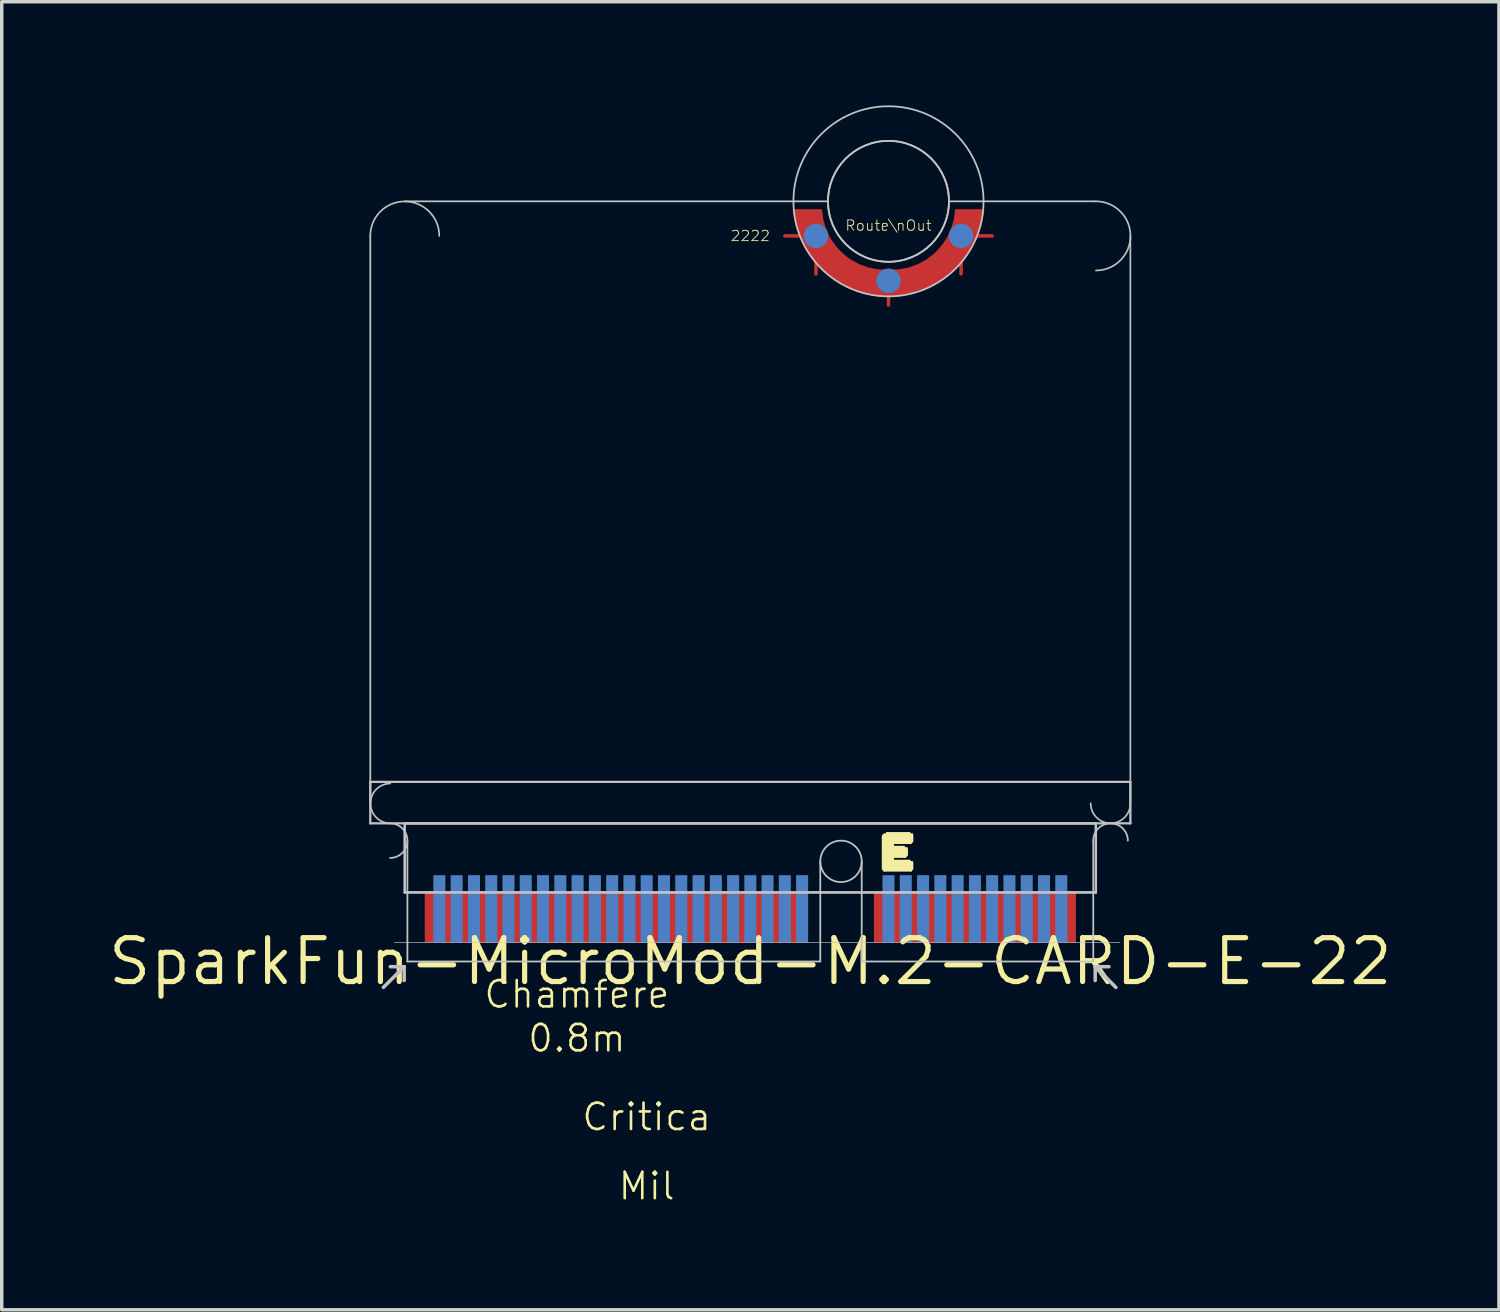
<source format=kicad_pcb>
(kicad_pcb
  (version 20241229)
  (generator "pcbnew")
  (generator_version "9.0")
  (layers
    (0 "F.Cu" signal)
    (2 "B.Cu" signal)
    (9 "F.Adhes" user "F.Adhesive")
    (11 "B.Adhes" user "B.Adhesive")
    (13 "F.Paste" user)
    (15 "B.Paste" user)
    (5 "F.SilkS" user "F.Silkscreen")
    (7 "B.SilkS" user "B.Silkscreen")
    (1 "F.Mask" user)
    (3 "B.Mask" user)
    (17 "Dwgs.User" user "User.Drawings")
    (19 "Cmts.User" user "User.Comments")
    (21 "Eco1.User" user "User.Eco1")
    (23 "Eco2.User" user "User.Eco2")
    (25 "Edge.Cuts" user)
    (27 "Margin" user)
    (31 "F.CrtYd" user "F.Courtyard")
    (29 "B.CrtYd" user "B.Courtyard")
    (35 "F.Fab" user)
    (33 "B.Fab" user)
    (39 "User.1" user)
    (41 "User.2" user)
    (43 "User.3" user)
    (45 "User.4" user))
  (footprint "SparkFun-MicroMod-M.2-CARD-E-22"
    (layer "F.Cu")
    (at 18.664 24.775)
    (property "Reference" "SparkFun-MicroMod-M.2-CARD-E-22" (at 0 0 0) (layer "F.SilkS") (effects (font (size 1.27 1.27) (thickness 0.15))))
    (attr smd)
    (fp_line (start 1.9 -20.998) (end 0.998 -20.998) (stroke (width 0.102) (type solid)) (layer "F.Cu"))
    (fp_line (start 1.9 -20.998) (end 1.9 -19.898) (stroke (width 0.102) (type solid)) (layer "F.Cu"))
    (fp_line (start 3.998 -19.698) (end 3.998 -18.999) (stroke (width 0.102) (type solid)) (layer "F.Cu"))
    (fp_line (start 6.099 -20.998) (end 6.099 -19.898) (stroke (width 0.102) (type solid)) (layer "F.Cu"))
    (fp_line (start 6.099 -20.998) (end 6.998 -20.998) (stroke (width 0.102) (type solid)) (layer "F.Cu"))
    (fp_poly (pts (xy 1.25 -21.747) (xy 2.05 -21.747) (xy 2.088 -21.46) (xy 2.169 -21.181) (xy 2.296 -20.919) (xy 2.461 -20.681) (xy 2.662 -20.47) (xy 2.893 -20.292) (xy 3.147 -20.155) (xy 3.421 -20.058) (xy 3.708 -20.005) (xy 3.998 -20) (xy 4.29 -20.005) (xy 4.575 -20.058) (xy 4.849 -20.155) (xy 5.105 -20.292) (xy 5.337 -20.47) (xy 5.537 -20.681) (xy 5.702 -20.919) (xy 5.827 -21.181) (xy 5.911 -21.46) (xy 5.949 -21.747) (xy 6.749 -21.747) (xy 6.678 -21.349) (xy 6.548 -20.963) (xy 6.363 -20.602) (xy 6.129 -20.269) (xy 5.85 -19.975) (xy 5.53 -19.726) (xy 5.177 -19.522) (xy 4.798 -19.375) (xy 4.404 -19.281) (xy 3.998 -19.248) (xy 3.594 -19.279) (xy 3.195 -19.37) (xy 2.817 -19.517) (xy 2.464 -19.718) (xy 2.141 -19.97) (xy 1.862 -20.264) (xy 1.628 -20.597) (xy 1.445 -20.96) (xy 1.318 -21.349) (xy 1.25 -21.747)) (stroke (width 0.048) (type solid)) (fill yes) (layer "F.Cu"))
    (fp_poly (pts (xy 1.25 -21.999) (xy 2.248 -21.999) (xy 2.271 -21.725) (xy 2.334 -21.458) (xy 2.438 -21.204) (xy 2.583 -20.97) (xy 2.761 -20.762) (xy 2.969 -20.584) (xy 3.205 -20.439) (xy 3.457 -20.335) (xy 3.726 -20.269) (xy 3.998 -20.249) (xy 4.272 -20.269) (xy 4.539 -20.335) (xy 4.793 -20.439) (xy 5.027 -20.584) (xy 5.235 -20.762) (xy 5.415 -20.97) (xy 5.558 -21.204) (xy 5.664 -21.458) (xy 5.728 -21.725) (xy 5.748 -21.999) (xy 6.749 -21.999) (xy 6.721 -21.608) (xy 6.637 -21.224) (xy 6.5 -20.856) (xy 6.312 -20.513) (xy 6.078 -20.198) (xy 5.799 -19.921) (xy 5.486 -19.685) (xy 5.141 -19.497) (xy 4.773 -19.36) (xy 4.389 -19.276) (xy 3.998 -19.248) (xy 3.607 -19.276) (xy 3.223 -19.36) (xy 2.857 -19.497) (xy 2.512 -19.685) (xy 2.197 -19.921) (xy 1.92 -20.198) (xy 1.684 -20.513) (xy 1.496 -20.856) (xy 1.359 -21.224) (xy 1.278 -21.608) (xy 1.25 -21.999)) (stroke (width 0.048) (type solid)) (fill yes) (layer "F.Mask"))
    (fp_poly (pts (xy 6.749 -21.999) (xy 5.748 -21.999) (xy 5.728 -21.725) (xy 5.664 -21.458) (xy 5.558 -21.204) (xy 5.415 -20.97) (xy 5.235 -20.762) (xy 5.027 -20.584) (xy 4.793 -20.439) (xy 4.539 -20.335) (xy 4.272 -20.269) (xy 3.998 -20.249) (xy 3.726 -20.269) (xy 3.457 -20.335) (xy 3.205 -20.439) (xy 2.969 -20.584) (xy 2.761 -20.762) (xy 2.583 -20.97) (xy 2.438 -21.204) (xy 2.334 -21.458) (xy 2.271 -21.725) (xy 2.248 -21.999) (xy 1.25 -21.999) (xy 1.278 -21.608) (xy 1.359 -21.224) (xy 1.496 -20.856) (xy 1.684 -20.513) (xy 1.92 -20.198) (xy 2.197 -19.921) (xy 2.512 -19.685) (xy 2.857 -19.497) (xy 3.223 -19.36) (xy 3.607 -19.276) (xy 3.998 -19.248) (xy 4.389 -19.276) (xy 4.773 -19.36) (xy 5.141 -19.497) (xy 5.486 -19.685) (xy 5.799 -19.921) (xy 6.078 -20.198) (xy 6.312 -20.513) (xy 6.5 -20.856) (xy 6.637 -21.224) (xy 6.721 -21.608) (xy 6.749 -21.999)) (stroke (width 0.048) (type solid)) (fill yes) (layer "B.Mask"))
    (fp_line (start 3.84 -3.635) (end 4.679 -3.635) (stroke (width 0.066) (type solid)) (layer "F.SilkS"))
    (fp_line (start 3.84 -3.594) (end 3.84 -3.635) (stroke (width 0.066) (type solid)) (layer "F.SilkS"))
    (fp_line (start 3.84 -3.594) (end 4.679 -3.594) (stroke (width 0.066) (type solid)) (layer "F.SilkS"))
    (fp_line (start 3.84 -3.594) (end 4.679 -3.594) (stroke (width 0.066) (type solid)) (layer "F.SilkS"))
    (fp_line (start 3.84 -3.553) (end 3.84 -3.594) (stroke (width 0.066) (type solid)) (layer "F.SilkS"))
    (fp_line (start 3.84 -3.553) (end 4.679 -3.553) (stroke (width 0.066) (type solid)) (layer "F.SilkS"))
    (fp_line (start 3.84 -3.553) (end 4.679 -3.553) (stroke (width 0.066) (type solid)) (layer "F.SilkS"))
    (fp_line (start 3.84 -3.513) (end 3.84 -3.553) (stroke (width 0.066) (type solid)) (layer "F.SilkS"))
    (fp_line (start 3.84 -3.513) (end 4.679 -3.513) (stroke (width 0.066) (type solid)) (layer "F.SilkS"))
    (fp_line (start 3.84 -3.513) (end 4.679 -3.513) (stroke (width 0.066) (type solid)) (layer "F.SilkS"))
    (fp_line (start 3.84 -3.475) (end 3.84 -3.513) (stroke (width 0.066) (type solid)) (layer "F.SilkS"))
    (fp_line (start 3.84 -3.475) (end 4.641 -3.475) (stroke (width 0.066) (type solid)) (layer "F.SilkS"))
    (fp_line (start 3.84 -3.475) (end 4.679 -3.475) (stroke (width 0.066) (type solid)) (layer "F.SilkS"))
    (fp_line (start 3.84 -3.434) (end 3.84 -3.475) (stroke (width 0.066) (type solid)) (layer "F.SilkS"))
    (fp_line (start 3.84 -3.434) (end 4.12 -3.434) (stroke (width 0.066) (type solid)) (layer "F.SilkS"))
    (fp_line (start 3.84 -3.434) (end 4.641 -3.434) (stroke (width 0.066) (type solid)) (layer "F.SilkS"))
    (fp_line (start 3.84 -3.393) (end 3.84 -3.434) (stroke (width 0.066) (type solid)) (layer "F.SilkS"))
    (fp_line (start 3.84 -3.393) (end 4.12 -3.393) (stroke (width 0.066) (type solid)) (layer "F.SilkS"))
    (fp_line (start 3.84 -3.393) (end 4.12 -3.393) (stroke (width 0.066) (type solid)) (layer "F.SilkS"))
    (fp_line (start 3.84 -3.353) (end 3.84 -3.393) (stroke (width 0.066) (type solid)) (layer "F.SilkS"))
    (fp_line (start 3.84 -3.353) (end 4.12 -3.353) (stroke (width 0.066) (type solid)) (layer "F.SilkS"))
    (fp_line (start 3.84 -3.353) (end 4.12 -3.353) (stroke (width 0.066) (type solid)) (layer "F.SilkS"))
    (fp_line (start 3.84 -3.315) (end 3.84 -3.353) (stroke (width 0.066) (type solid)) (layer "F.SilkS"))
    (fp_line (start 3.84 -3.315) (end 4.12 -3.315) (stroke (width 0.066) (type solid)) (layer "F.SilkS"))
    (fp_line (start 3.84 -3.315) (end 4.44 -3.315) (stroke (width 0.066) (type solid)) (layer "F.SilkS"))
    (fp_line (start 3.84 -3.274) (end 3.84 -3.315) (stroke (width 0.066) (type solid)) (layer "F.SilkS"))
    (fp_line (start 3.84 -3.274) (end 4.44 -3.274) (stroke (width 0.066) (type solid)) (layer "F.SilkS"))
    (fp_line (start 3.84 -3.274) (end 4.519 -3.274) (stroke (width 0.066) (type solid)) (layer "F.SilkS"))
    (fp_line (start 3.84 -3.233) (end 3.84 -3.274) (stroke (width 0.066) (type solid)) (layer "F.SilkS"))
    (fp_line (start 3.84 -3.233) (end 4.519 -3.233) (stroke (width 0.066) (type solid)) (layer "F.SilkS"))
    (fp_line (start 3.84 -3.233) (end 4.519 -3.233) (stroke (width 0.066) (type solid)) (layer "F.SilkS"))
    (fp_line (start 3.84 -3.193) (end 3.84 -3.233) (stroke (width 0.066) (type solid)) (layer "F.SilkS"))
    (fp_line (start 3.84 -3.193) (end 4.519 -3.193) (stroke (width 0.066) (type solid)) (layer "F.SilkS"))
    (fp_line (start 3.84 -3.193) (end 4.519 -3.193) (stroke (width 0.066) (type solid)) (layer "F.SilkS"))
    (fp_line (start 3.84 -3.155) (end 3.84 -3.193) (stroke (width 0.066) (type solid)) (layer "F.SilkS"))
    (fp_line (start 3.84 -3.155) (end 4.519 -3.155) (stroke (width 0.066) (type solid)) (layer "F.SilkS"))
    (fp_line (start 3.84 -3.155) (end 4.519 -3.155) (stroke (width 0.066) (type solid)) (layer "F.SilkS"))
    (fp_line (start 3.84 -3.114) (end 3.84 -3.155) (stroke (width 0.066) (type solid)) (layer "F.SilkS"))
    (fp_line (start 3.84 -3.114) (end 4.519 -3.114) (stroke (width 0.066) (type solid)) (layer "F.SilkS"))
    (fp_line (start 3.84 -3.114) (end 4.519 -3.114) (stroke (width 0.066) (type solid)) (layer "F.SilkS"))
    (fp_line (start 3.84 -3.073) (end 3.84 -3.114) (stroke (width 0.066) (type solid)) (layer "F.SilkS"))
    (fp_line (start 3.84 -3.073) (end 4.481 -3.073) (stroke (width 0.066) (type solid)) (layer "F.SilkS"))
    (fp_line (start 3.84 -3.073) (end 4.519 -3.073) (stroke (width 0.066) (type solid)) (layer "F.SilkS"))
    (fp_line (start 3.84 -3.033) (end 3.84 -3.073) (stroke (width 0.066) (type solid)) (layer "F.SilkS"))
    (fp_line (start 3.84 -3.033) (end 4.12 -3.033) (stroke (width 0.066) (type solid)) (layer "F.SilkS"))
    (fp_line (start 3.84 -3.033) (end 4.481 -3.033) (stroke (width 0.066) (type solid)) (layer "F.SilkS"))
    (fp_line (start 3.84 -2.995) (end 3.84 -3.033) (stroke (width 0.066) (type solid)) (layer "F.SilkS"))
    (fp_line (start 3.84 -2.995) (end 4.12 -2.995) (stroke (width 0.066) (type solid)) (layer "F.SilkS"))
    (fp_line (start 3.84 -2.995) (end 4.12 -2.995) (stroke (width 0.066) (type solid)) (layer "F.SilkS"))
    (fp_line (start 3.84 -2.954) (end 3.84 -2.995) (stroke (width 0.066) (type solid)) (layer "F.SilkS"))
    (fp_line (start 3.84 -2.954) (end 4.12 -2.954) (stroke (width 0.066) (type solid)) (layer "F.SilkS"))
    (fp_line (start 3.84 -2.954) (end 4.12 -2.954) (stroke (width 0.066) (type solid)) (layer "F.SilkS"))
    (fp_line (start 3.84 -2.913) (end 3.84 -2.954) (stroke (width 0.066) (type solid)) (layer "F.SilkS"))
    (fp_line (start 3.84 -2.913) (end 4.12 -2.913) (stroke (width 0.066) (type solid)) (layer "F.SilkS"))
    (fp_line (start 3.84 -2.913) (end 4.6 -2.913) (stroke (width 0.066) (type solid)) (layer "F.SilkS"))
    (fp_line (start 3.84 -2.873) (end 3.84 -2.913) (stroke (width 0.066) (type solid)) (layer "F.SilkS"))
    (fp_line (start 3.84 -2.873) (end 4.6 -2.873) (stroke (width 0.066) (type solid)) (layer "F.SilkS"))
    (fp_line (start 3.84 -2.873) (end 4.679 -2.873) (stroke (width 0.066) (type solid)) (layer "F.SilkS"))
    (fp_line (start 3.84 -2.835) (end 3.84 -2.873) (stroke (width 0.066) (type solid)) (layer "F.SilkS"))
    (fp_line (start 3.84 -2.835) (end 4.679 -2.835) (stroke (width 0.066) (type solid)) (layer "F.SilkS"))
    (fp_line (start 3.84 -2.835) (end 4.679 -2.835) (stroke (width 0.066) (type solid)) (layer "F.SilkS"))
    (fp_line (start 3.84 -2.794) (end 3.84 -2.835) (stroke (width 0.066) (type solid)) (layer "F.SilkS"))
    (fp_line (start 3.84 -2.794) (end 4.679 -2.794) (stroke (width 0.066) (type solid)) (layer "F.SilkS"))
    (fp_line (start 3.84 -2.794) (end 4.679 -2.794) (stroke (width 0.066) (type solid)) (layer "F.SilkS"))
    (fp_line (start 3.84 -2.753) (end 3.84 -2.794) (stroke (width 0.066) (type solid)) (layer "F.SilkS"))
    (fp_line (start 3.84 -2.753) (end 4.679 -2.753) (stroke (width 0.066) (type solid)) (layer "F.SilkS"))
    (fp_line (start 3.84 -2.753) (end 4.679 -2.753) (stroke (width 0.066) (type solid)) (layer "F.SilkS"))
    (fp_line (start 3.84 -2.713) (end 3.84 -2.753) (stroke (width 0.066) (type solid)) (layer "F.SilkS"))
    (fp_line (start 3.84 -2.713) (end 4.679 -2.713) (stroke (width 0.066) (type solid)) (layer "F.SilkS"))
    (fp_line (start 3.84 -2.713) (end 4.679 -2.713) (stroke (width 0.066) (type solid)) (layer "F.SilkS"))
    (fp_line (start 3.84 -2.675) (end 3.84 -2.713) (stroke (width 0.066) (type solid)) (layer "F.SilkS"))
    (fp_line (start 3.84 -2.675) (end 4.679 -2.675) (stroke (width 0.066) (type solid)) (layer "F.SilkS"))
    (fp_line (start 3.879 -3.673) (end 4.679 -3.673) (stroke (width 0.066) (type solid)) (layer "F.SilkS"))
    (fp_line (start 3.879 -3.635) (end 3.879 -3.673) (stroke (width 0.066) (type solid)) (layer "F.SilkS"))
    (fp_line (start 3.879 -3.635) (end 4.679 -3.635) (stroke (width 0.066) (type solid)) (layer "F.SilkS"))
    (fp_line (start 3.879 -2.675) (end 4.641 -2.675) (stroke (width 0.066) (type solid)) (layer "F.SilkS"))
    (fp_line (start 3.879 -2.634) (end 3.879 -2.675) (stroke (width 0.066) (type solid)) (layer "F.SilkS"))
    (fp_line (start 3.879 -2.634) (end 4.641 -2.634) (stroke (width 0.066) (type solid)) (layer "F.SilkS"))
    (fp_line (start 3.96 -3.713) (end 4.6 -3.713) (stroke (width 0.066) (type solid)) (layer "F.SilkS"))
    (fp_line (start 3.96 -3.673) (end 3.96 -3.713) (stroke (width 0.066) (type solid)) (layer "F.SilkS"))
    (fp_line (start 3.96 -3.673) (end 4.6 -3.673) (stroke (width 0.066) (type solid)) (layer "F.SilkS"))
    (fp_line (start 4.12 -3.393) (end 4.12 -3.434) (stroke (width 0.066) (type solid)) (layer "F.SilkS"))
    (fp_line (start 4.12 -3.353) (end 4.12 -3.393) (stroke (width 0.066) (type solid)) (layer "F.SilkS"))
    (fp_line (start 4.12 -3.315) (end 4.12 -3.353) (stroke (width 0.066) (type solid)) (layer "F.SilkS"))
    (fp_line (start 4.12 -2.995) (end 4.12 -3.033) (stroke (width 0.066) (type solid)) (layer "F.SilkS"))
    (fp_line (start 4.12 -2.954) (end 4.12 -2.995) (stroke (width 0.066) (type solid)) (layer "F.SilkS"))
    (fp_line (start 4.12 -2.913) (end 4.12 -2.954) (stroke (width 0.066) (type solid)) (layer "F.SilkS"))
    (fp_line (start 4.44 -3.274) (end 4.44 -3.315) (stroke (width 0.066) (type solid)) (layer "F.SilkS"))
    (fp_line (start 4.481 -3.033) (end 4.481 -3.073) (stroke (width 0.066) (type solid)) (layer "F.SilkS"))
    (fp_line (start 4.519 -3.233) (end 4.519 -3.274) (stroke (width 0.066) (type solid)) (layer "F.SilkS"))
    (fp_line (start 4.519 -3.193) (end 4.519 -3.233) (stroke (width 0.066) (type solid)) (layer "F.SilkS"))
    (fp_line (start 4.519 -3.155) (end 4.519 -3.193) (stroke (width 0.066) (type solid)) (layer "F.SilkS"))
    (fp_line (start 4.519 -3.114) (end 4.519 -3.155) (stroke (width 0.066) (type solid)) (layer "F.SilkS"))
    (fp_line (start 4.519 -3.073) (end 4.519 -3.114) (stroke (width 0.066) (type solid)) (layer "F.SilkS"))
    (fp_line (start 4.6 -3.673) (end 4.6 -3.713) (stroke (width 0.066) (type solid)) (layer "F.SilkS"))
    (fp_line (start 4.6 -2.873) (end 4.6 -2.913) (stroke (width 0.066) (type solid)) (layer "F.SilkS"))
    (fp_line (start 4.641 -3.434) (end 4.641 -3.475) (stroke (width 0.066) (type solid)) (layer "F.SilkS"))
    (fp_line (start 4.641 -2.634) (end 4.641 -2.675) (stroke (width 0.066) (type solid)) (layer "F.SilkS"))
    (fp_line (start 4.679 -3.635) (end 4.679 -3.673) (stroke (width 0.066) (type solid)) (layer "F.SilkS"))
    (fp_line (start 4.679 -3.594) (end 4.679 -3.635) (stroke (width 0.066) (type solid)) (layer "F.SilkS"))
    (fp_line (start 4.679 -3.553) (end 4.679 -3.594) (stroke (width 0.066) (type solid)) (layer "F.SilkS"))
    (fp_line (start 4.679 -3.513) (end 4.679 -3.553) (stroke (width 0.066) (type solid)) (layer "F.SilkS"))
    (fp_line (start 4.679 -3.475) (end 4.679 -3.513) (stroke (width 0.066) (type solid)) (layer "F.SilkS"))
    (fp_line (start 4.679 -2.835) (end 4.679 -2.873) (stroke (width 0.066) (type solid)) (layer "F.SilkS"))
    (fp_line (start 4.679 -2.794) (end 4.679 -2.835) (stroke (width 0.066) (type solid)) (layer "F.SilkS"))
    (fp_line (start 4.679 -2.753) (end 4.679 -2.794) (stroke (width 0.066) (type solid)) (layer "F.SilkS"))
    (fp_line (start 4.679 -2.713) (end 4.679 -2.753) (stroke (width 0.066) (type solid)) (layer "F.SilkS"))
    (fp_line (start 4.679 -2.675) (end 4.679 -2.713) (stroke (width 0.066) (type solid)) (layer "F.SilkS"))
    (fp_line (start 1.9 -20.998) (end 0.998 -20.998) (stroke (width 0.102) (type solid)) (layer "B.Adhes"))
    (fp_line (start 1.9 -20.998) (end 1.9 -19.898) (stroke (width 0.102) (type solid)) (layer "B.Adhes"))
    (fp_line (start 3.998 -19.698) (end 3.998 -18.999) (stroke (width 0.102) (type solid)) (layer "B.Adhes"))
    (fp_line (start 6.099 -20.998) (end 6.099 -19.898) (stroke (width 0.102) (type solid)) (layer "B.Adhes"))
    (fp_line (start 6.099 -20.998) (end 6.998 -20.998) (stroke (width 0.102) (type solid)) (layer "B.Adhes"))
    (fp_poly (pts (xy 6.749 -21.747) (xy 5.949 -21.747) (xy 5.911 -21.46) (xy 5.827 -21.181) (xy 5.702 -20.919) (xy 5.537 -20.681) (xy 5.337 -20.47) (xy 5.105 -20.292) (xy 4.849 -20.155) (xy 4.575 -20.058) (xy 4.29 -20.005) (xy 3.998 -20) (xy 3.708 -20.005) (xy 3.421 -20.058) (xy 3.147 -20.155) (xy 2.893 -20.292) (xy 2.662 -20.47) (xy 2.461 -20.681) (xy 2.296 -20.919) (xy 2.169 -21.181) (xy 2.088 -21.46) (xy 2.05 -21.747) (xy 1.25 -21.747) (xy 1.321 -21.349) (xy 1.45 -20.963) (xy 1.633 -20.602) (xy 1.867 -20.269) (xy 2.149 -19.975) (xy 2.466 -19.726) (xy 2.819 -19.522) (xy 3.198 -19.375) (xy 3.594 -19.281) (xy 3.998 -19.248) (xy 4.404 -19.279) (xy 4.801 -19.37) (xy 5.182 -19.517) (xy 5.535 -19.718) (xy 5.855 -19.97) (xy 6.137 -20.264) (xy 6.37 -20.597) (xy 6.553 -20.96) (xy 6.68 -21.349) (xy 6.749 -21.747)) (stroke (width 0.048) (type solid)) (fill yes) (layer "B.Adhes"))
    (fp_line (start -10.998 -20.998) (end -10.998 -4.575) (stroke (width 0.051) (type solid)) (layer "Dwgs.User"))
    (fp_line (start -10.998 -5.199) (end 10.998 -5.199) (stroke (width 0.066) (type solid)) (layer "Dwgs.User"))
    (fp_line (start -10.998 -3.998) (end -10.998 -5.199) (stroke (width 0.066) (type solid)) (layer "Dwgs.User"))
    (fp_line (start -10.998 -3.998) (end 10.998 -3.998) (stroke (width 0.066) (type solid)) (layer "Dwgs.User"))
    (fp_line (start -10.62 0.749) (end -10.018 0.15) (stroke (width 0.102) (type solid)) (layer "Dwgs.User"))
    (fp_line (start -10.3 -0.549) (end 10.698 -0.549) (stroke (width 0.018) (type solid)) (layer "Dwgs.User"))
    (fp_line (start -10.018 0.15) (end -10.419 0.15) (stroke (width 0.102) (type solid)) (layer "Dwgs.User"))
    (fp_line (start -10.018 0.15) (end -10.018 0.549) (stroke (width 0.102) (type solid)) (layer "Dwgs.User"))
    (fp_line (start -10 -3.998) (end 10 -3.998) (stroke (width 0.066) (type solid)) (layer "Dwgs.User"))
    (fp_line (start -10 -3.998) (end 10 -3.998) (stroke (width 0.066) (type solid)) (layer "Dwgs.User"))
    (fp_line (start -10 -1.999) (end -10 -3.998) (stroke (width 0.066) (type solid)) (layer "Dwgs.User"))
    (fp_line (start -10 -1.999) (end -10 -3.998) (stroke (width 0.066) (type solid)) (layer "Dwgs.User"))
    (fp_line (start -10 -1.999) (end 10 -1.999) (stroke (width 0.066) (type solid)) (layer "Dwgs.User"))
    (fp_line (start -10 -1.999) (end 10 -1.999) (stroke (width 0.066) (type solid)) (layer "Dwgs.User"))
    (fp_line (start -9.924 0) (end -9.924 -3.498) (stroke (width 0.051) (type solid)) (layer "Dwgs.User"))
    (fp_line (start 2.024 -2.898) (end 2.024 0) (stroke (width 0.051) (type solid)) (layer "Dwgs.User"))
    (fp_line (start 2.024 0) (end -9.924 0) (stroke (width 0.051) (type solid)) (layer "Dwgs.User"))
    (fp_line (start 2.248 -21.999) (end -10 -21.999) (stroke (width 0.051) (type solid)) (layer "Dwgs.User"))
    (fp_line (start 3.223 -2.898) (end 3.223 0) (stroke (width 0.051) (type solid)) (layer "Dwgs.User"))
    (fp_line (start 9.924 -3.498) (end 9.924 0) (stroke (width 0.051) (type solid)) (layer "Dwgs.User"))
    (fp_line (start 9.924 0) (end 3.223 0) (stroke (width 0.051) (type solid)) (layer "Dwgs.User"))
    (fp_line (start 9.98 0.15) (end 9.98 0.549) (stroke (width 0.102) (type solid)) (layer "Dwgs.User"))
    (fp_line (start 9.98 0.15) (end 10.378 0.15) (stroke (width 0.102) (type solid)) (layer "Dwgs.User"))
    (fp_line (start 10 -21.999) (end 5.748 -21.999) (stroke (width 0.051) (type solid)) (layer "Dwgs.User"))
    (fp_line (start 10 -1.999) (end 10 -3.998) (stroke (width 0.066) (type solid)) (layer "Dwgs.User"))
    (fp_line (start 10 -1.999) (end 10 -3.998) (stroke (width 0.066) (type solid)) (layer "Dwgs.User"))
    (fp_line (start 10.579 0.749) (end 9.98 0.15) (stroke (width 0.102) (type solid)) (layer "Dwgs.User"))
    (fp_line (start 10.998 -20.998) (end 10.998 -4.575) (stroke (width 0.048) (type solid)) (layer "Dwgs.User"))
    (fp_line (start 10.998 -3.998) (end 10.998 -5.199) (stroke (width 0.066) (type solid)) (layer "Dwgs.User"))
    (fp_arc (start -10.9982 -20.9982) (mid -9.99998 -21.99642) (end -9.00176 -20.9982) (stroke (width 0.04826) (type solid)) (layer "Dwgs.User"))
    (fp_arc (start -10.4242 -3.99796) (mid -11.00078 -4.57454) (end -10.4242 -5.15112) (stroke (width 0.04826) (type solid)) (layer "Dwgs.User"))
    (fp_arc (start -10.4242 -3.99796) (mid -9.92382 -3.49758) (end -10.4242 -2.9972) (stroke (width 0.0508) (type solid)) (layer "Dwgs.User"))
    (fp_arc (start 2.02438 -2.89814) (mid 3.22326 -2.89814) (end 2.02438 -2.89814) (stroke (width 0.0508) (type solid)) (layer "Dwgs.User"))
    (fp_arc (start 5.74802 -21.9989) (mid 2.2479 -21.9989) (end 5.74802 -21.9989) (stroke (width 0.0508) (type solid)) (layer "Dwgs.User"))
    (fp_arc (start 5.74802 -21.9989) (mid 2.2479 -21.9989) (end 5.74802 -21.9989) (stroke (width 0.0508) (type solid)) (layer "Dwgs.User"))
    (fp_arc (start 6.74878 -21.9989) (mid 1.24714 -21.9989) (end 6.74878 -21.9989) (stroke (width 0.0508) (type solid)) (layer "Dwgs.User"))
    (fp_arc (start 9.92378 -3.49758) (mid 10.4242 -3.998) (end 10.92462 -3.49758) (stroke (width 0.0508) (type solid)) (layer "Dwgs.User"))
    (fp_arc (start 9.99998 -21.9989) (mid 11.00068 -20.9982) (end 9.99998 -19.9975) (stroke (width 0.04826) (type solid)) (layer "Dwgs.User"))
    (fp_arc (start 10.9982 -4.57454) (mid 10.4242 -4.00054) (end 9.8502 -4.57454) (stroke (width 0.04826) (type solid)) (layer "Dwgs.User"))
    (fp_text user "Critica" (at -3 4.498 180) (layer "F.SilkS") (effects (font (size 0.762 0.762) (thickness 0.076))))
    (fp_text user "Chamfere" (at -5.019 0.95 180) (layer "F.SilkS") (effects (font (size 0.762 0.762) (thickness 0.076))))
    (fp_text user "Mil" (at -3 6.5 180) (layer "F.SilkS") (effects (font (size 0.762 0.762) (thickness 0.076))))
    (fp_text user "0.8m" (at -5.019 2.22 180) (layer "F.SilkS") (effects (font (size 0.762 0.762) (thickness 0.076))))
    (fp_text user "2222" (at 0 -20.998 180) (layer "F.SilkS") (effects (font (size 0.3 0.3) (thickness 0.025))))
    (fp_text user "Route\\nOut" (at 3.998 -21.298 0) (layer "F.SilkS") (effects (font (size 0.3 0.3) (thickness 0.025))))
    (pad "1" smd rect (at 9.248 -1.273 180) (size 0.348 1.448) (layers "F.Cu" "F.Mask" "F.Paste"))
    (pad "2" smd rect (at 8.999 -1.524) (size 0.348 1.948) (layers "B.Cu" "B.Mask"))
    (pad "3" smd rect (at 8.748 -1.273 180) (size 0.348 1.448) (layers "F.Cu" "F.Mask" "F.Paste"))
    (pad "4" smd rect (at 8.499 -1.524) (size 0.348 1.948) (layers "B.Cu" "B.Mask"))
    (pad "5" smd rect (at 8.25 -1.273 180) (size 0.348 1.448) (layers "F.Cu" "F.Mask" "F.Paste"))
    (pad "6" smd rect (at 7.998 -1.524) (size 0.348 1.948) (layers "B.Cu" "B.Mask"))
    (pad "7" smd rect (at 7.75 -1.273 180) (size 0.348 1.448) (layers "F.Cu" "F.Mask" "F.Paste"))
    (pad "8" smd rect (at 7.498 -1.524) (size 0.348 1.948) (layers "B.Cu" "B.Mask"))
    (pad "9" smd rect (at 7.249 -1.273 180) (size 0.348 1.448) (layers "F.Cu" "F.Mask" "F.Paste"))
    (pad "10" smd rect (at 6.998 -1.524) (size 0.348 1.948) (layers "B.Cu" "B.Mask"))
    (pad "11" smd rect (at 6.749 -1.273 180) (size 0.348 1.448) (layers "F.Cu" "F.Mask" "F.Paste"))
    (pad "12" smd rect (at 6.5 -1.524) (size 0.348 1.948) (layers "B.Cu" "B.Mask"))
    (pad "13" smd rect (at 6.248 -1.273 180) (size 0.348 1.448) (layers "F.Cu" "F.Mask" "F.Paste"))
    (pad "14" smd rect (at 5.999 -1.524) (size 0.348 1.948) (layers "B.Cu" "B.Mask"))
    (pad "15" smd rect (at 5.748 -1.273 180) (size 0.348 1.448) (layers "F.Cu" "F.Mask" "F.Paste"))
    (pad "16" smd rect (at 5.499 -1.524) (size 0.348 1.948) (layers "B.Cu" "B.Mask"))
    (pad "17" smd rect (at 5.248 -1.273 180) (size 0.348 1.448) (layers "F.Cu" "F.Mask" "F.Paste"))
    (pad "18" smd rect (at 4.999 -1.524) (size 0.348 1.948) (layers "B.Cu" "B.Mask"))
    (pad "19" smd rect (at 4.75 -1.273 180) (size 0.348 1.448) (layers "F.Cu" "F.Mask" "F.Paste"))
    (pad "20" smd rect (at 4.498 -1.524) (size 0.348 1.948) (layers "B.Cu" "B.Mask"))
    (pad "21" smd rect (at 4.249 -1.273 180) (size 0.348 1.448) (layers "F.Cu" "F.Mask" "F.Paste"))
    (pad "22" smd rect (at 3.998 -1.524) (size 0.348 1.948) (layers "B.Cu" "B.Mask"))
    (pad "23" smd rect (at 3.749 -1.273 180) (size 0.348 1.448) (layers "F.Cu" "F.Mask" "F.Paste"))
    (pad "32" smd rect (at 1.499 -1.524) (size 0.348 1.948) (layers "B.Cu" "B.Mask"))
    (pad "33" smd rect (at 1.25 -1.273 180) (size 0.348 1.448) (layers "F.Cu" "F.Mask" "F.Paste"))
    (pad "34" smd rect (at 0.998 -1.524) (size 0.348 1.948) (layers "B.Cu" "B.Mask"))
    (pad "35" smd rect (at 0.749 -1.273 180) (size 0.348 1.448) (layers "F.Cu" "F.Mask" "F.Paste"))
    (pad "36" smd rect (at 0.498 -1.524) (size 0.348 1.948) (layers "B.Cu" "B.Mask"))
    (pad "37" smd rect (at 0.249 -1.273 180) (size 0.348 1.448) (layers "F.Cu" "F.Mask" "F.Paste"))
    (pad "38" smd rect (at 0 -1.524) (size 0.348 1.948) (layers "B.Cu" "B.Mask"))
    (pad "39" smd rect (at -0.249 -1.273 180) (size 0.348 1.448) (layers "F.Cu" "F.Mask" "F.Paste"))
    (pad "40" smd rect (at -0.498 -1.524) (size 0.348 1.948) (layers "B.Cu" "B.Mask"))
    (pad "41" smd rect (at -0.749 -1.273 180) (size 0.348 1.448) (layers "F.Cu" "F.Mask" "F.Paste"))
    (pad "42" smd rect (at -0.998 -1.524) (size 0.348 1.948) (layers "B.Cu" "B.Mask"))
    (pad "43" smd rect (at -1.25 -1.273 180) (size 0.348 1.448) (layers "F.Cu" "F.Mask" "F.Paste"))
    (pad "44" smd rect (at -1.499 -1.524) (size 0.348 1.948) (layers "B.Cu" "B.Mask"))
    (pad "45" smd rect (at -1.748 -1.273 180) (size 0.348 1.448) (layers "F.Cu" "F.Mask" "F.Paste"))
    (pad "46" smd rect (at -1.999 -1.524) (size 0.348 1.948) (layers "B.Cu" "B.Mask"))
    (pad "47" smd rect (at -2.248 -1.273 180) (size 0.348 1.448) (layers "F.Cu" "F.Mask" "F.Paste"))
    (pad "48" smd rect (at -2.499 -1.524) (size 0.348 1.948) (layers "B.Cu" "B.Mask"))
    (pad "49" smd rect (at -2.748 -1.273 180) (size 0.348 1.448) (layers "F.Cu" "F.Mask" "F.Paste"))
    (pad "50" smd rect (at -3 -1.524) (size 0.348 1.948) (layers "B.Cu" "B.Mask"))
    (pad "51" smd rect (at -3.249 -1.273 180) (size 0.348 1.448) (layers "F.Cu" "F.Mask" "F.Paste"))
    (pad "52" smd rect (at -3.498 -1.524) (size 0.348 1.948) (layers "B.Cu" "B.Mask"))
    (pad "53" smd rect (at -3.749 -1.273 180) (size 0.348 1.448) (layers "F.Cu" "F.Mask" "F.Paste"))
    (pad "54" smd rect (at -3.998 -1.524) (size 0.348 1.948) (layers "B.Cu" "B.Mask"))
    (pad "55" smd rect (at -4.249 -1.273 180) (size 0.348 1.448) (layers "F.Cu" "F.Mask" "F.Paste"))
    (pad "56" smd rect (at -4.498 -1.524) (size 0.348 1.948) (layers "B.Cu" "B.Mask"))
    (pad "57" smd rect (at -4.75 -1.273 180) (size 0.348 1.448) (layers "F.Cu" "F.Mask" "F.Paste"))
    (pad "58" smd rect (at -4.999 -1.524) (size 0.348 1.948) (layers "B.Cu" "B.Mask"))
    (pad "59" smd rect (at -5.248 -1.273 180) (size 0.348 1.448) (layers "F.Cu" "F.Mask" "F.Paste"))
    (pad "60" smd rect (at -5.499 -1.524) (size 0.348 1.948) (layers "B.Cu" "B.Mask"))
    (pad "61" smd rect (at -5.748 -1.273 180) (size 0.348 1.448) (layers "F.Cu" "F.Mask" "F.Paste"))
    (pad "62" smd rect (at -5.999 -1.524) (size 0.348 1.948) (layers "B.Cu" "B.Mask"))
    (pad "63" smd rect (at -6.248 -1.273 180) (size 0.348 1.448) (layers "F.Cu" "F.Mask" "F.Paste"))
    (pad "64" smd rect (at -6.5 -1.524) (size 0.348 1.948) (layers "B.Cu" "B.Mask"))
    (pad "65" smd rect (at -6.749 -1.273 180) (size 0.348 1.448) (layers "F.Cu" "F.Mask" "F.Paste"))
    (pad "66" smd rect (at -6.998 -1.524) (size 0.348 1.948) (layers "B.Cu" "B.Mask"))
    (pad "67" smd rect (at -7.249 -1.273 180) (size 0.348 1.448) (layers "F.Cu" "F.Mask" "F.Paste"))
    (pad "68" smd rect (at -7.498 -1.524) (size 0.348 1.948) (layers "B.Cu" "B.Mask"))
    (pad "69" smd rect (at -7.75 -1.273 180) (size 0.348 1.448) (layers "F.Cu" "F.Mask" "F.Paste"))
    (pad "70" smd rect (at -7.998 -1.524) (size 0.348 1.948) (layers "B.Cu" "B.Mask"))
    (pad "71" smd rect (at -8.25 -1.273 180) (size 0.348 1.448) (layers "F.Cu" "F.Mask" "F.Paste"))
    (pad "72" smd rect (at -8.499 -1.524) (size 0.348 1.948) (layers "B.Cu" "B.Mask"))
    (pad "73" smd rect (at -8.748 -1.273 180) (size 0.348 1.448) (layers "F.Cu" "F.Mask" "F.Paste"))
    (pad "74" smd rect (at -8.999 -1.524) (size 0.348 1.948) (layers "B.Cu" "B.Mask"))
    (pad "75" smd rect (at -9.248 -1.273 180) (size 0.348 1.448) (layers "F.Cu" "F.Mask" "F.Paste"))
    (pad "GND1" thru_hole circle (at 1.9 -20.998) (size 0.706 0.706) (drill 0.000001) (layers "*.Cu" "*.Paste" "*.Mask"))
    (pad "GND2" thru_hole circle (at 3.998 -19.698) (size 0.706 0.706) (drill 0.000001) (layers "*.Cu" "*.Paste" "*.Mask"))
    (pad "GND3" thru_hole circle (at 6.099 -20.998) (size 0.706 0.706) (drill 0.000001) (layers "*.Cu" "*.Paste" "*.Mask")))
  (gr_rect
    (start -3 -3)
    (end 40.328 34.854)
    (stroke (width 0.1) (type default))
    (fill no)
    (layer "Edge.Cuts")))
</source>
